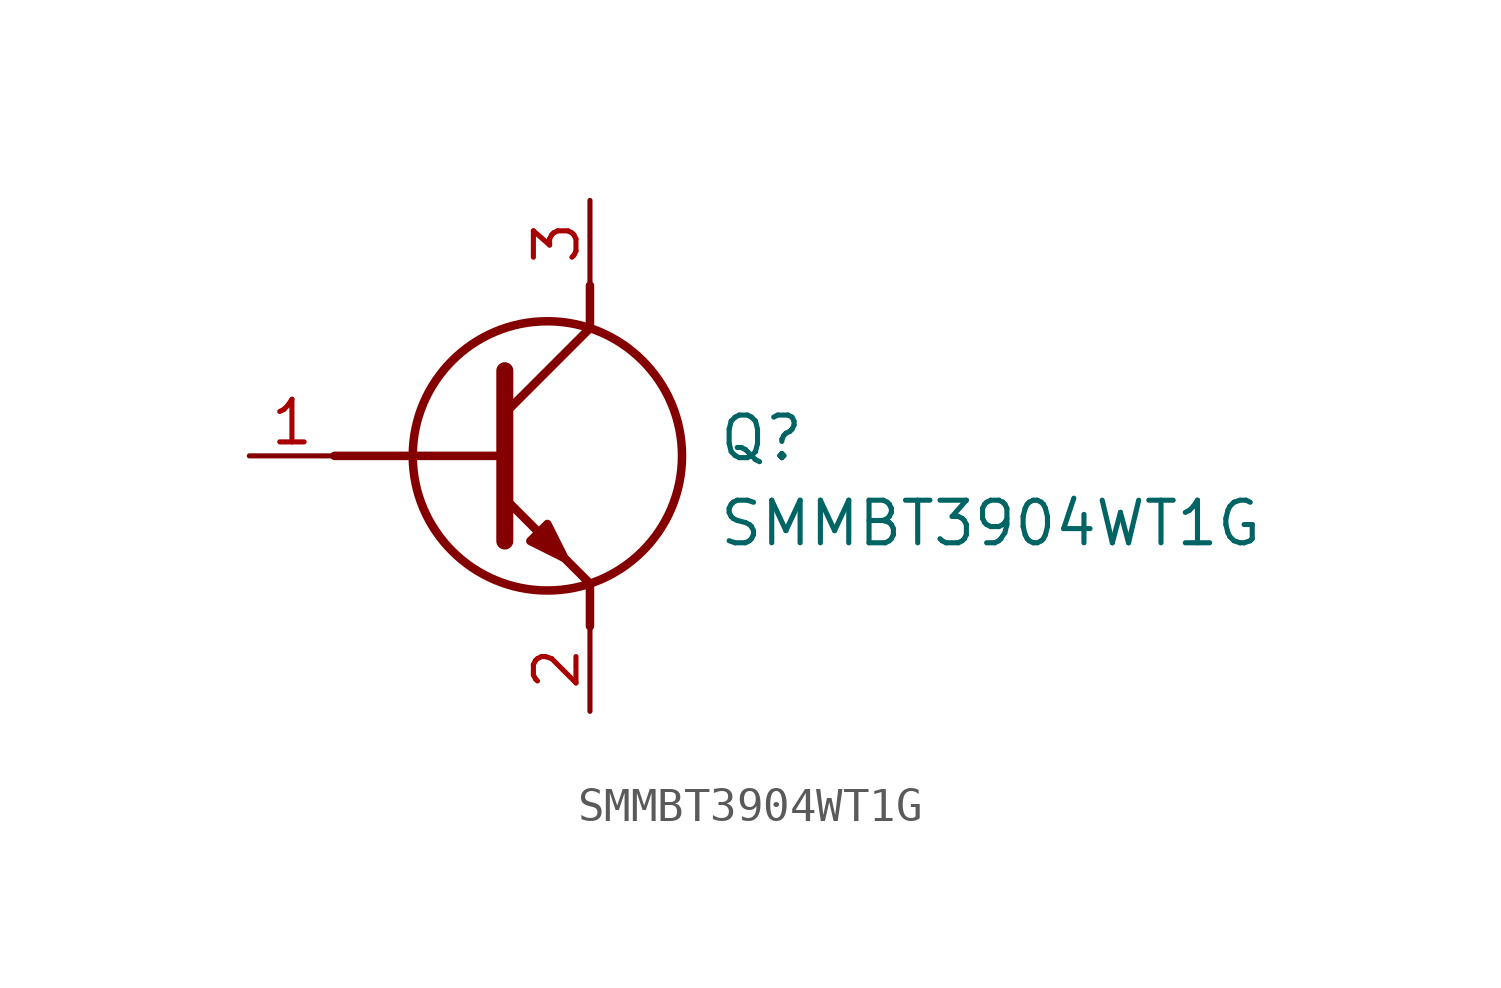
<source format=kicad_sym>
(kicad_symbol_lib
  (version 20241209)
  (generator "kicad_symbol_editor")
  (generator_version "9.0")
  (symbol "SMMBT3904WT1G"
    (pin_names
      (hide yes))
    (property "Reference" "Q"
      (at 13.97 1.27 0)
      (effects (font (size 1.27 1.27)) (justify left top)))
    (property "Value" "SMMBT3904WT1G"
      (at 13.97 -1.27 0)
      (effects (font (size 1.27 1.27)) (justify left top)))
    (symbol "SMMBT3904WT1G_1_1"
      (polyline (pts (xy 2.54 0) (xy 7.62 0)) (stroke (width 0.254) (type default)) (fill (type none)))
      (polyline (pts (xy 7.62 2.54) (xy 7.62 -2.54)) (stroke (width 0.508) (type default)) (fill (type none)))
      (polyline (pts (xy 7.62 1.27) (xy 10.16 3.81)) (stroke (width 0.254) (type default)) (fill (type none)))
      (polyline (pts (xy 7.62 -1.27) (xy 10.16 -3.81)) (stroke (width 0.254) (type default)) (fill (type none)))
      (polyline (pts (xy 8.382 -2.54) (xy 8.89 -2.032) (xy 9.398 -3.048) (xy 8.382 -2.54)) (stroke (width 0.254) (type default)) (fill (type outline)))
      (circle (center 8.89 0) (radius 4.016) (stroke (width 0.254) (type default)) (fill (type none)))
      (polyline (pts (xy 10.16 3.81) (xy 10.16 5.08)) (stroke (width 0.254) (type default)) (fill (type none)))
      (polyline (pts (xy 10.16 -3.81) (xy 10.16 -5.08)) (stroke (width 0.254) (type default)) (fill (type none)))
      (pin passive line (at 0 0 0) (length 2.54) (name "B" (effects (font (size 1.27 1.27)))) (number "1" (effects (font (size 1.27 1.27)))))
      (pin passive line (at 10.16 7.62 270) (length 2.54) (name "C" (effects (font (size 1.27 1.27)))) (number "3" (effects (font (size 1.27 1.27)))))
      (pin passive line (at 10.16 -7.62 90) (length 2.54) (name "E" (effects (font (size 1.27 1.27)))) (number "2" (effects (font (size 1.27 1.27))))))))
</source>
